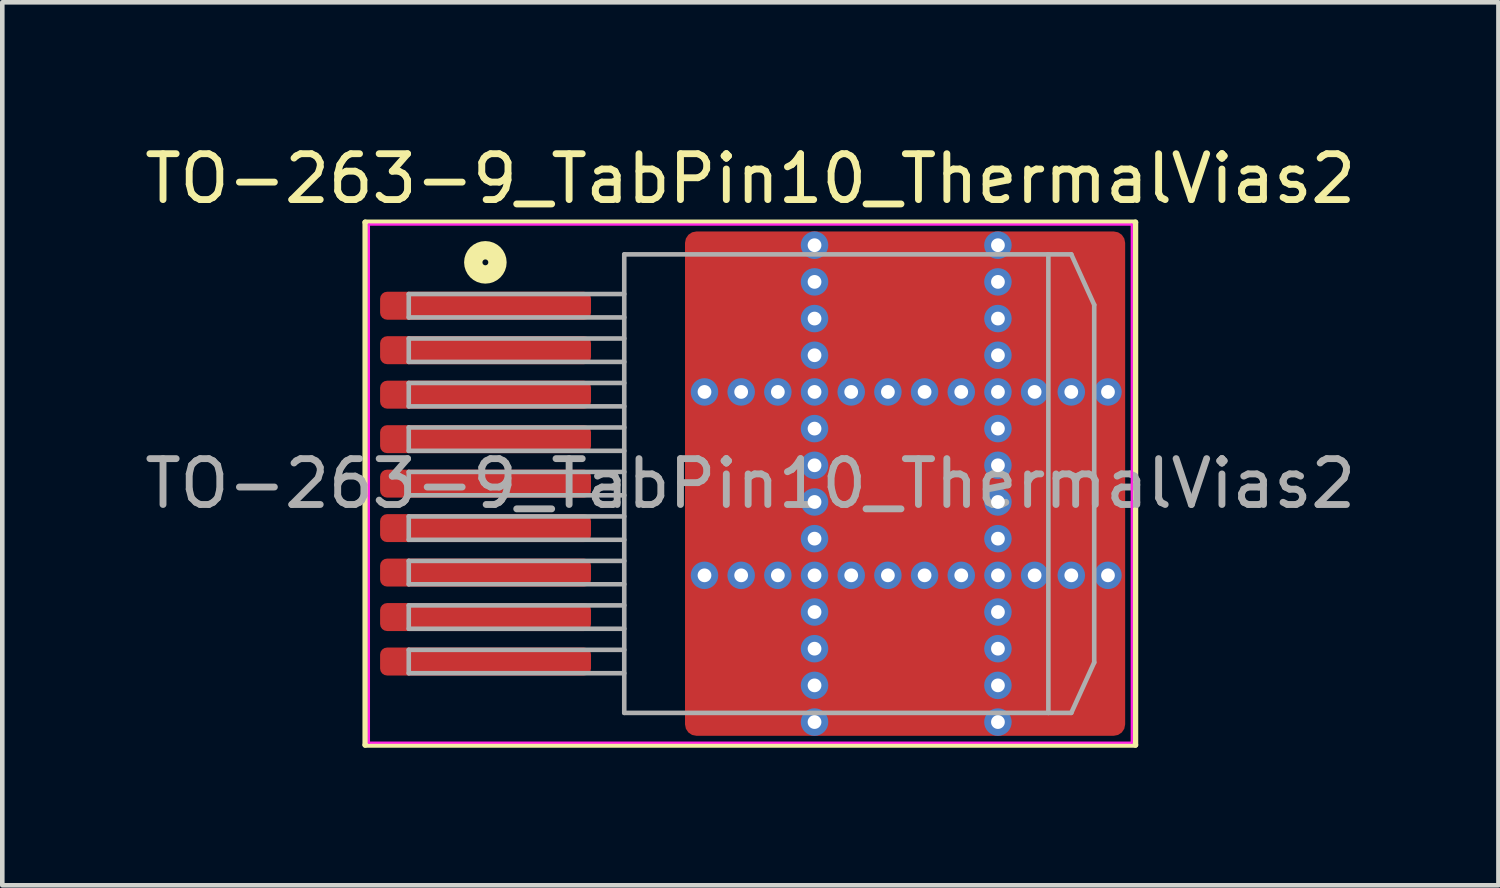
<source format=kicad_pcb>
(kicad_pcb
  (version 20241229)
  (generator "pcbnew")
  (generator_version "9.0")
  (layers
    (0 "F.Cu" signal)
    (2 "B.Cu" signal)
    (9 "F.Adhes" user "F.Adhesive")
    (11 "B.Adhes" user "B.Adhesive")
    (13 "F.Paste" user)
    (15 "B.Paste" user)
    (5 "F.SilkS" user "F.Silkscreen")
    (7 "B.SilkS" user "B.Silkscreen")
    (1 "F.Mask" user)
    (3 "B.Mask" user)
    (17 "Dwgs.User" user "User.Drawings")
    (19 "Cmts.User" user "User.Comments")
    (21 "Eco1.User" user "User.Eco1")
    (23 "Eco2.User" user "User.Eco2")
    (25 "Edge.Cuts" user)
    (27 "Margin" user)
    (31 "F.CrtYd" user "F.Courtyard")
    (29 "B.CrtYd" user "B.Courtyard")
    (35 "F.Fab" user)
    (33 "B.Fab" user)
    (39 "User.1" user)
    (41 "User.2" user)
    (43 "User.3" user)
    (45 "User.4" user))
  (footprint "TO-263-9_TabPin10_ThermalVias2"
    (layer "F.Cu")
    (at 13.315 7.498)
    (property "Reference" "TO-263-9_TabPin10_ThermalVias2" (at 0 -6.65 0) (layer "F.SilkS") (effects (font (size 1 1) (thickness 0.15))))
    (attr smd)
    (fp_line (start -8.4 -5.7) (end -8.4 5.7) (stroke (width 0.12) (type solid)) (layer "F.SilkS"))
    (fp_line (start -8.4 5.7) (end 8.4 5.7) (stroke (width 0.12) (type solid)) (layer "F.SilkS"))
    (fp_line (start 8.4 -5.7) (end -8.4 -5.7) (stroke (width 0.12) (type solid)) (layer "F.SilkS"))
    (fp_line (start 8.4 5.7) (end 8.4 -5.7) (stroke (width 0.12) (type solid)) (layer "F.SilkS"))
    (fp_circle (center -5.779 -4.826) (end -5.715 -4.826) (stroke (width 0.4) (type solid)) (fill no) (layer "F.SilkS"))
    (fp_line (start -8.32 -5.65) (end -8.32 5.65) (stroke (width 0.05) (type solid)) (layer "F.CrtYd"))
    (fp_line (start -8.32 5.65) (end 8.32 5.65) (stroke (width 0.05) (type solid)) (layer "F.CrtYd"))
    (fp_line (start 8.32 -5.65) (end -8.32 -5.65) (stroke (width 0.05) (type solid)) (layer "F.CrtYd"))
    (fp_line (start 8.32 5.65) (end 8.32 -5.65) (stroke (width 0.05) (type solid)) (layer "F.CrtYd"))
    (fp_line (start -7.45 -4.135) (end -7.45 -3.625) (stroke (width 0.1) (type solid)) (layer "F.Fab"))
    (fp_line (start -7.45 -3.625) (end -2.75 -3.625) (stroke (width 0.1) (type solid)) (layer "F.Fab"))
    (fp_line (start -7.45 -3.165) (end -7.45 -2.655) (stroke (width 0.1) (type solid)) (layer "F.Fab"))
    (fp_line (start -7.45 -2.655) (end -2.75 -2.655) (stroke (width 0.1) (type solid)) (layer "F.Fab"))
    (fp_line (start -7.45 -2.195) (end -7.45 -1.685) (stroke (width 0.1) (type solid)) (layer "F.Fab"))
    (fp_line (start -7.45 -1.685) (end -2.75 -1.685) (stroke (width 0.1) (type solid)) (layer "F.Fab"))
    (fp_line (start -7.45 -1.225) (end -7.45 -0.715) (stroke (width 0.1) (type solid)) (layer "F.Fab"))
    (fp_line (start -7.45 -0.715) (end -2.75 -0.715) (stroke (width 0.1) (type solid)) (layer "F.Fab"))
    (fp_line (start -7.45 -0.255) (end -7.45 0.255) (stroke (width 0.1) (type solid)) (layer "F.Fab"))
    (fp_line (start -7.45 0.255) (end -2.75 0.255) (stroke (width 0.1) (type solid)) (layer "F.Fab"))
    (fp_line (start -7.45 0.715) (end -7.45 1.225) (stroke (width 0.1) (type solid)) (layer "F.Fab"))
    (fp_line (start -7.45 1.225) (end -2.75 1.225) (stroke (width 0.1) (type solid)) (layer "F.Fab"))
    (fp_line (start -7.45 1.685) (end -7.45 2.195) (stroke (width 0.1) (type solid)) (layer "F.Fab"))
    (fp_line (start -7.45 2.195) (end -2.75 2.195) (stroke (width 0.1) (type solid)) (layer "F.Fab"))
    (fp_line (start -7.45 2.655) (end -7.45 3.165) (stroke (width 0.1) (type solid)) (layer "F.Fab"))
    (fp_line (start -7.45 3.165) (end -2.75 3.165) (stroke (width 0.1) (type solid)) (layer "F.Fab"))
    (fp_line (start -7.45 3.625) (end -7.45 4.135) (stroke (width 0.1) (type solid)) (layer "F.Fab"))
    (fp_line (start -7.45 4.135) (end -2.75 4.135) (stroke (width 0.1) (type solid)) (layer "F.Fab"))
    (fp_line (start -2.75 -5) (end 6.5 -5) (stroke (width 0.1) (type solid)) (layer "F.Fab"))
    (fp_line (start -2.75 -4.135) (end -7.45 -4.135) (stroke (width 0.1) (type solid)) (layer "F.Fab"))
    (fp_line (start -2.75 -3.165) (end -7.45 -3.165) (stroke (width 0.1) (type solid)) (layer "F.Fab"))
    (fp_line (start -2.75 -2.195) (end -7.45 -2.195) (stroke (width 0.1) (type solid)) (layer "F.Fab"))
    (fp_line (start -2.75 -1.225) (end -7.45 -1.225) (stroke (width 0.1) (type solid)) (layer "F.Fab"))
    (fp_line (start -2.75 -0.255) (end -7.45 -0.255) (stroke (width 0.1) (type solid)) (layer "F.Fab"))
    (fp_line (start -2.75 0.715) (end -7.45 0.715) (stroke (width 0.1) (type solid)) (layer "F.Fab"))
    (fp_line (start -2.75 1.685) (end -7.45 1.685) (stroke (width 0.1) (type solid)) (layer "F.Fab"))
    (fp_line (start -2.75 2.655) (end -7.45 2.655) (stroke (width 0.1) (type solid)) (layer "F.Fab"))
    (fp_line (start -2.75 3.625) (end -7.45 3.625) (stroke (width 0.1) (type solid)) (layer "F.Fab"))
    (fp_line (start -2.75 5) (end -2.75 -5) (stroke (width 0.1) (type solid)) (layer "F.Fab"))
    (fp_line (start 6.5 -5) (end 6.5 5) (stroke (width 0.1) (type solid)) (layer "F.Fab"))
    (fp_line (start 6.5 -5) (end 7 -5) (stroke (width 0.1) (type solid)) (layer "F.Fab"))
    (fp_line (start 6.5 5) (end -2.75 5) (stroke (width 0.1) (type solid)) (layer "F.Fab"))
    (fp_line (start 6.5 5) (end 7 5) (stroke (width 0.1) (type solid)) (layer "F.Fab"))
    (fp_line (start 7 -5) (end 7.5 -3.9) (stroke (width 0.1) (type solid)) (layer "F.Fab"))
    (fp_line (start 7 5) (end 7.5 3.9) (stroke (width 0.1) (type solid)) (layer "F.Fab"))
    (fp_line (start 7.5 -3.9) (end 7.5 3.9) (stroke (width 0.1) (type solid)) (layer "F.Fab"))
    (fp_text user "${REFERENCE}" (at 0 0 0) (layer "F.Fab") (effects (font (size 1 1) (thickness 0.15))))
    (pad "" smd roundrect (at -0.675 -4.6 90) (size 1.2 0.95) (layers "F.Paste") (roundrect_rratio 0.25))
    (pad "" smd roundrect (at -0.675 -3.1 90) (size 1.2 0.95) (layers "F.Paste") (roundrect_rratio 0.25))
    (pad "" smd roundrect (at -0.675 -0.85 90) (size 1.3 0.95) (layers "F.Paste") (roundrect_rratio 0.25))
    (pad "" smd roundrect (at -0.675 0.85 90) (size 1.3 0.95) (layers "F.Paste") (roundrect_rratio 0.25))
    (pad "" smd roundrect (at -0.675 3.1 90) (size 1.2 0.95) (layers "F.Paste") (roundrect_rratio 0.25))
    (pad "" smd roundrect (at -0.675 4.6 90) (size 1.2 0.95) (layers "F.Paste") (roundrect_rratio 0.25))
    (pad "" smd roundrect (at -0.113 -3.85 90) (size 3.1 2.425) (layers "F.Mask") (roundrect_rratio 0.103))
    (pad "" smd roundrect (at -0.113 0 90) (size 3.4 2.425) (layers "F.Mask") (roundrect_rratio 0.103))
    (pad "" smd roundrect (at -0.113 3.85 90) (size 3.1 2.425) (layers "F.Mask") (roundrect_rratio 0.103))
    (pad "" smd roundrect (at 0.475 -4.6 90) (size 1.2 0.95) (layers "F.Paste") (roundrect_rratio 0.25))
    (pad "" smd roundrect (at 0.475 -3.1 90) (size 1.2 0.95) (layers "F.Paste") (roundrect_rratio 0.25))
    (pad "" smd roundrect (at 0.475 -0.85 90) (size 1.3 0.95) (layers "F.Paste") (roundrect_rratio 0.25))
    (pad "" smd roundrect (at 0.475 0.85 90) (size 1.3 0.95) (layers "F.Paste") (roundrect_rratio 0.25))
    (pad "" smd roundrect (at 0.475 3.1 90) (size 1.2 0.95) (layers "F.Paste") (roundrect_rratio 0.25))
    (pad "" smd roundrect (at 0.475 4.6 90) (size 1.2 0.95) (layers "F.Paste") (roundrect_rratio 0.25))
    (pad "" smd roundrect (at 2.55 -4.6 90) (size 1.2 1.3) (layers "F.Paste") (roundrect_rratio 0.208))
    (pad "" smd roundrect (at 2.55 -3.1 90) (size 1.2 1.3) (layers "F.Paste") (roundrect_rratio 0.208))
    (pad "" smd roundrect (at 2.55 -0.85 90) (size 1.3 1.3) (layers "F.Paste") (roundrect_rratio 0.192))
    (pad "" smd roundrect (at 2.55 0.85 90) (size 1.3 1.3) (layers "F.Paste") (roundrect_rratio 0.192))
    (pad "" smd roundrect (at 2.55 3.1 90) (size 1.2 1.3) (layers "F.Paste") (roundrect_rratio 0.208))
    (pad "" smd roundrect (at 2.55 4.6 90) (size 1.2 1.3) (layers "F.Paste") (roundrect_rratio 0.208))
    (pad "" smd roundrect (at 3.4 -3.85 90) (size 3.1 3.4) (layers "F.Mask") (roundrect_rratio 0.081))
    (pad "" smd roundrect (at 3.4 0 90) (size 3.4 3.4) (layers "F.Mask") (roundrect_rratio 0.074))
    (pad "" smd roundrect (at 3.4 3.85 90) (size 3.1 3.4) (layers "F.Mask") (roundrect_rratio 0.081))
    (pad "" smd roundrect (at 4.25 -4.6 90) (size 1.2 1.3) (layers "F.Paste") (roundrect_rratio 0.208))
    (pad "" smd roundrect (at 4.25 -3.1 90) (size 1.2 1.3) (layers "F.Paste") (roundrect_rratio 0.208))
    (pad "" smd roundrect (at 4.25 -0.85 90) (size 1.3 1.3) (layers "F.Paste") (roundrect_rratio 0.192))
    (pad "" smd roundrect (at 4.25 0.85 90) (size 1.3 1.3) (layers "F.Paste") (roundrect_rratio 0.192))
    (pad "" smd roundrect (at 4.25 3.1 90) (size 1.2 1.3) (layers "F.Paste") (roundrect_rratio 0.208))
    (pad "" smd roundrect (at 4.25 4.6 90) (size 1.2 1.3) (layers "F.Paste") (roundrect_rratio 0.208))
    (pad "" smd roundrect (at 6.325 -4.6 90) (size 1.2 0.95) (layers "F.Paste") (roundrect_rratio 0.25))
    (pad "" smd roundrect (at 6.325 -3.1 90) (size 1.2 0.95) (layers "F.Paste") (roundrect_rratio 0.25))
    (pad "" smd roundrect (at 6.325 -0.85 90) (size 1.3 0.95) (layers "F.Paste") (roundrect_rratio 0.25))
    (pad "" smd roundrect (at 6.325 0.85 90) (size 1.3 0.95) (layers "F.Paste") (roundrect_rratio 0.25))
    (pad "" smd roundrect (at 6.325 3.1 90) (size 1.2 0.95) (layers "F.Paste") (roundrect_rratio 0.25))
    (pad "" smd roundrect (at 6.325 4.6 90) (size 1.2 0.95) (layers "F.Paste") (roundrect_rratio 0.25))
    (pad "" smd roundrect (at 6.888 -3.85 90) (size 3.1 2.375) (layers "F.Mask") (roundrect_rratio 0.105))
    (pad "" smd roundrect (at 6.888 0 90) (size 3.4 2.375) (layers "F.Mask") (roundrect_rratio 0.105))
    (pad "" smd roundrect (at 6.888 3.85 90) (size 3.1 2.375) (layers "F.Mask") (roundrect_rratio 0.105))
    (pad "" smd roundrect (at 7.475 -4.6 90) (size 1.2 0.95) (layers "F.Paste") (roundrect_rratio 0.25))
    (pad "" smd roundrect (at 7.475 -3.1 90) (size 1.2 0.95) (layers "F.Paste") (roundrect_rratio 0.25))
    (pad "" smd roundrect (at 7.475 -0.85 90) (size 1.3 0.95) (layers "F.Paste") (roundrect_rratio 0.25))
    (pad "" smd roundrect (at 7.475 0.85 90) (size 1.3 0.95) (layers "F.Paste") (roundrect_rratio 0.25))
    (pad "" smd roundrect (at 7.475 3.1 90) (size 1.2 0.95) (layers "F.Paste") (roundrect_rratio 0.25))
    (pad "" smd roundrect (at 7.475 4.6 90) (size 1.2 0.95) (layers "F.Paste") (roundrect_rratio 0.25))
    (pad "1" smd roundrect (at -5.775 -3.88) (size 4.6 0.61) (layers "F.Cu" "F.Mask" "F.Paste") (roundrect_rratio 0.25))
    (pad "2" smd roundrect (at -5.775 -2.91) (size 4.6 0.61) (layers "F.Cu" "F.Mask" "F.Paste") (roundrect_rratio 0.25))
    (pad "3" smd roundrect (at -5.775 -1.94) (size 4.6 0.61) (layers "F.Cu" "F.Mask" "F.Paste") (roundrect_rratio 0.25))
    (pad "4" smd roundrect (at -5.775 -0.97) (size 4.6 0.61) (layers "F.Cu" "F.Mask" "F.Paste") (roundrect_rratio 0.25))
    (pad "5" smd roundrect (at -5.775 0) (size 4.6 0.61) (layers "F.Cu" "F.Mask" "F.Paste") (roundrect_rratio 0.25))
    (pad "6" smd roundrect (at -5.775 0.97) (size 4.6 0.61) (layers "F.Cu" "F.Mask" "F.Paste") (roundrect_rratio 0.25))
    (pad "7" smd roundrect (at -5.775 1.94) (size 4.6 0.61) (layers "F.Cu" "F.Mask" "F.Paste") (roundrect_rratio 0.25))
    (pad "8" smd roundrect (at -5.775 2.91) (size 4.6 0.61) (layers "F.Cu" "F.Mask" "F.Paste") (roundrect_rratio 0.25))
    (pad "9" smd roundrect (at -5.775 3.88) (size 4.6 0.61) (layers "F.Cu" "F.Mask" "F.Paste") (roundrect_rratio 0.25))
    (pad "10" thru_hole circle (at -1 -2) (size 0.6 0.6) (drill 0.3) (property pad_prop_heatsink) (layers "*.Cu" "*.Mask"))
    (pad "10" thru_hole circle (at -1 2) (size 0.6 0.6) (drill 0.3) (property pad_prop_heatsink) (layers "*.Cu" "*.Mask"))
    (pad "10" thru_hole circle (at -0.2 -2) (size 0.6 0.6) (drill 0.3) (property pad_prop_heatsink) (layers "*.Cu" "*.Mask"))
    (pad "10" thru_hole circle (at -0.2 2) (size 0.6 0.6) (drill 0.3) (property pad_prop_heatsink) (layers "*.Cu" "*.Mask"))
    (pad "10" thru_hole circle (at 0.6 -2) (size 0.6 0.6) (drill 0.3) (property pad_prop_heatsink) (layers "*.Cu" "*.Mask"))
    (pad "10" thru_hole circle (at 0.6 2) (size 0.6 0.6) (drill 0.3) (property pad_prop_heatsink) (layers "*.Cu" "*.Mask"))
    (pad "10" thru_hole circle (at 1.4 -5.2) (size 0.6 0.6) (drill 0.3) (property pad_prop_heatsink) (layers "*.Cu" "*.Mask"))
    (pad "10" thru_hole circle (at 1.4 -4.4) (size 0.6 0.6) (drill 0.3) (property pad_prop_heatsink) (layers "*.Cu" "*.Mask"))
    (pad "10" thru_hole circle (at 1.4 -3.6) (size 0.6 0.6) (drill 0.3) (property pad_prop_heatsink) (layers "*.Cu" "*.Mask"))
    (pad "10" thru_hole circle (at 1.4 -2.8) (size 0.6 0.6) (drill 0.3) (property pad_prop_heatsink) (layers "*.Cu" "*.Mask"))
    (pad "10" thru_hole circle (at 1.4 -2) (size 0.6 0.6) (drill 0.3) (property pad_prop_heatsink) (layers "*.Cu" "*.Mask"))
    (pad "10" thru_hole circle (at 1.4 -1.2) (size 0.6 0.6) (drill 0.3) (property pad_prop_heatsink) (layers "*.Cu" "*.Mask"))
    (pad "10" thru_hole circle (at 1.4 -0.4) (size 0.6 0.6) (drill 0.3) (property pad_prop_heatsink) (layers "*.Cu" "*.Mask"))
    (pad "10" thru_hole circle (at 1.4 0.4) (size 0.6 0.6) (drill 0.3) (property pad_prop_heatsink) (layers "*.Cu" "*.Mask"))
    (pad "10" thru_hole circle (at 1.4 1.2) (size 0.6 0.6) (drill 0.3) (property pad_prop_heatsink) (layers "*.Cu" "*.Mask"))
    (pad "10" thru_hole circle (at 1.4 2) (size 0.6 0.6) (drill 0.3) (property pad_prop_heatsink) (layers "*.Cu" "*.Mask"))
    (pad "10" thru_hole circle (at 1.4 2.8) (size 0.6 0.6) (drill 0.3) (property pad_prop_heatsink) (layers "*.Cu" "*.Mask"))
    (pad "10" thru_hole circle (at 1.4 3.6) (size 0.6 0.6) (drill 0.3) (property pad_prop_heatsink) (layers "*.Cu" "*.Mask"))
    (pad "10" thru_hole circle (at 1.4 4.4) (size 0.6 0.6) (drill 0.3) (property pad_prop_heatsink) (layers "*.Cu" "*.Mask"))
    (pad "10" thru_hole circle (at 1.4 5.2) (size 0.6 0.6) (drill 0.3) (property pad_prop_heatsink) (layers "*.Cu" "*.Mask"))
    (pad "10" thru_hole circle (at 2.2 -2) (size 0.6 0.6) (drill 0.3) (property pad_prop_heatsink) (layers "*.Cu" "*.Mask"))
    (pad "10" thru_hole circle (at 2.2 2) (size 0.6 0.6) (drill 0.3) (property pad_prop_heatsink) (layers "*.Cu" "*.Mask"))
    (pad "10" thru_hole circle (at 3 -2) (size 0.6 0.6) (drill 0.3) (property pad_prop_heatsink) (layers "*.Cu" "*.Mask"))
    (pad "10" thru_hole circle (at 3 2) (size 0.6 0.6) (drill 0.3) (property pad_prop_heatsink) (layers "*.Cu" "*.Mask"))
    (pad "10" smd roundrect (at 3.375 0) (size 9.6 11) (layers "F.Cu") (roundrect_rratio 0.026))
    (pad "10" thru_hole circle (at 3.8 -2) (size 0.6 0.6) (drill 0.3) (property pad_prop_heatsink) (layers "*.Cu" "*.Mask"))
    (pad "10" thru_hole circle (at 3.8 2) (size 0.6 0.6) (drill 0.3) (property pad_prop_heatsink) (layers "*.Cu" "*.Mask"))
    (pad "10" thru_hole circle (at 4.6 -2) (size 0.6 0.6) (drill 0.3) (property pad_prop_heatsink) (layers "*.Cu" "*.Mask"))
    (pad "10" thru_hole circle (at 4.6 2) (size 0.6 0.6) (drill 0.3) (property pad_prop_heatsink) (layers "*.Cu" "*.Mask"))
    (pad "10" thru_hole circle (at 5.4 -5.2) (size 0.6 0.6) (drill 0.3) (property pad_prop_heatsink) (layers "*.Cu" "*.Mask"))
    (pad "10" thru_hole circle (at 5.4 -4.4) (size 0.6 0.6) (drill 0.3) (property pad_prop_heatsink) (layers "*.Cu" "*.Mask"))
    (pad "10" thru_hole circle (at 5.4 -3.6) (size 0.6 0.6) (drill 0.3) (property pad_prop_heatsink) (layers "*.Cu" "*.Mask"))
    (pad "10" thru_hole circle (at 5.4 -2.8) (size 0.6 0.6) (drill 0.3) (property pad_prop_heatsink) (layers "*.Cu" "*.Mask"))
    (pad "10" thru_hole circle (at 5.4 -2) (size 0.6 0.6) (drill 0.3) (property pad_prop_heatsink) (layers "*.Cu" "*.Mask"))
    (pad "10" thru_hole circle (at 5.4 -1.2) (size 0.6 0.6) (drill 0.3) (property pad_prop_heatsink) (layers "*.Cu" "*.Mask"))
    (pad "10" thru_hole circle (at 5.4 -0.4) (size 0.6 0.6) (drill 0.3) (property pad_prop_heatsink) (layers "*.Cu" "*.Mask"))
    (pad "10" thru_hole circle (at 5.4 0.4) (size 0.6 0.6) (drill 0.3) (property pad_prop_heatsink) (layers "*.Cu" "*.Mask"))
    (pad "10" thru_hole circle (at 5.4 1.2) (size 0.6 0.6) (drill 0.3) (property pad_prop_heatsink) (layers "*.Cu" "*.Mask"))
    (pad "10" thru_hole circle (at 5.4 2) (size 0.6 0.6) (drill 0.3) (property pad_prop_heatsink) (layers "*.Cu" "*.Mask"))
    (pad "10" thru_hole circle (at 5.4 2.8) (size 0.6 0.6) (drill 0.3) (property pad_prop_heatsink) (layers "*.Cu" "*.Mask"))
    (pad "10" thru_hole circle (at 5.4 3.6) (size 0.6 0.6) (drill 0.3) (property pad_prop_heatsink) (layers "*.Cu" "*.Mask"))
    (pad "10" thru_hole circle (at 5.4 4.4) (size 0.6 0.6) (drill 0.3) (property pad_prop_heatsink) (layers "*.Cu" "*.Mask"))
    (pad "10" thru_hole circle (at 5.4 5.2) (size 0.6 0.6) (drill 0.3) (property pad_prop_heatsink) (layers "*.Cu" "*.Mask"))
    (pad "10" thru_hole circle (at 6.2 -2) (size 0.6 0.6) (drill 0.3) (property pad_prop_heatsink) (layers "*.Cu" "*.Mask"))
    (pad "10" thru_hole circle (at 6.2 2) (size 0.6 0.6) (drill 0.3) (property pad_prop_heatsink) (layers "*.Cu" "*.Mask"))
    (pad "10" thru_hole circle (at 7 -2) (size 0.6 0.6) (drill 0.3) (property pad_prop_heatsink) (layers "*.Cu" "*.Mask"))
    (pad "10" thru_hole circle (at 7 2) (size 0.6 0.6) (drill 0.3) (property pad_prop_heatsink) (layers "*.Cu" "*.Mask"))
    (pad "10" thru_hole circle (at 7.8 -2) (size 0.6 0.6) (drill 0.3) (property pad_prop_heatsink) (layers "*.Cu" "*.Mask"))
    (pad "10" thru_hole circle (at 7.8 2) (size 0.6 0.6) (drill 0.3) (property pad_prop_heatsink) (layers "*.Cu" "*.Mask")))
  (gr_rect
    (start -3 -3)
    (end 29.631 16.258)
    (stroke (width 0.1) (type default))
    (fill no)
    (layer "Edge.Cuts")))
</source>
